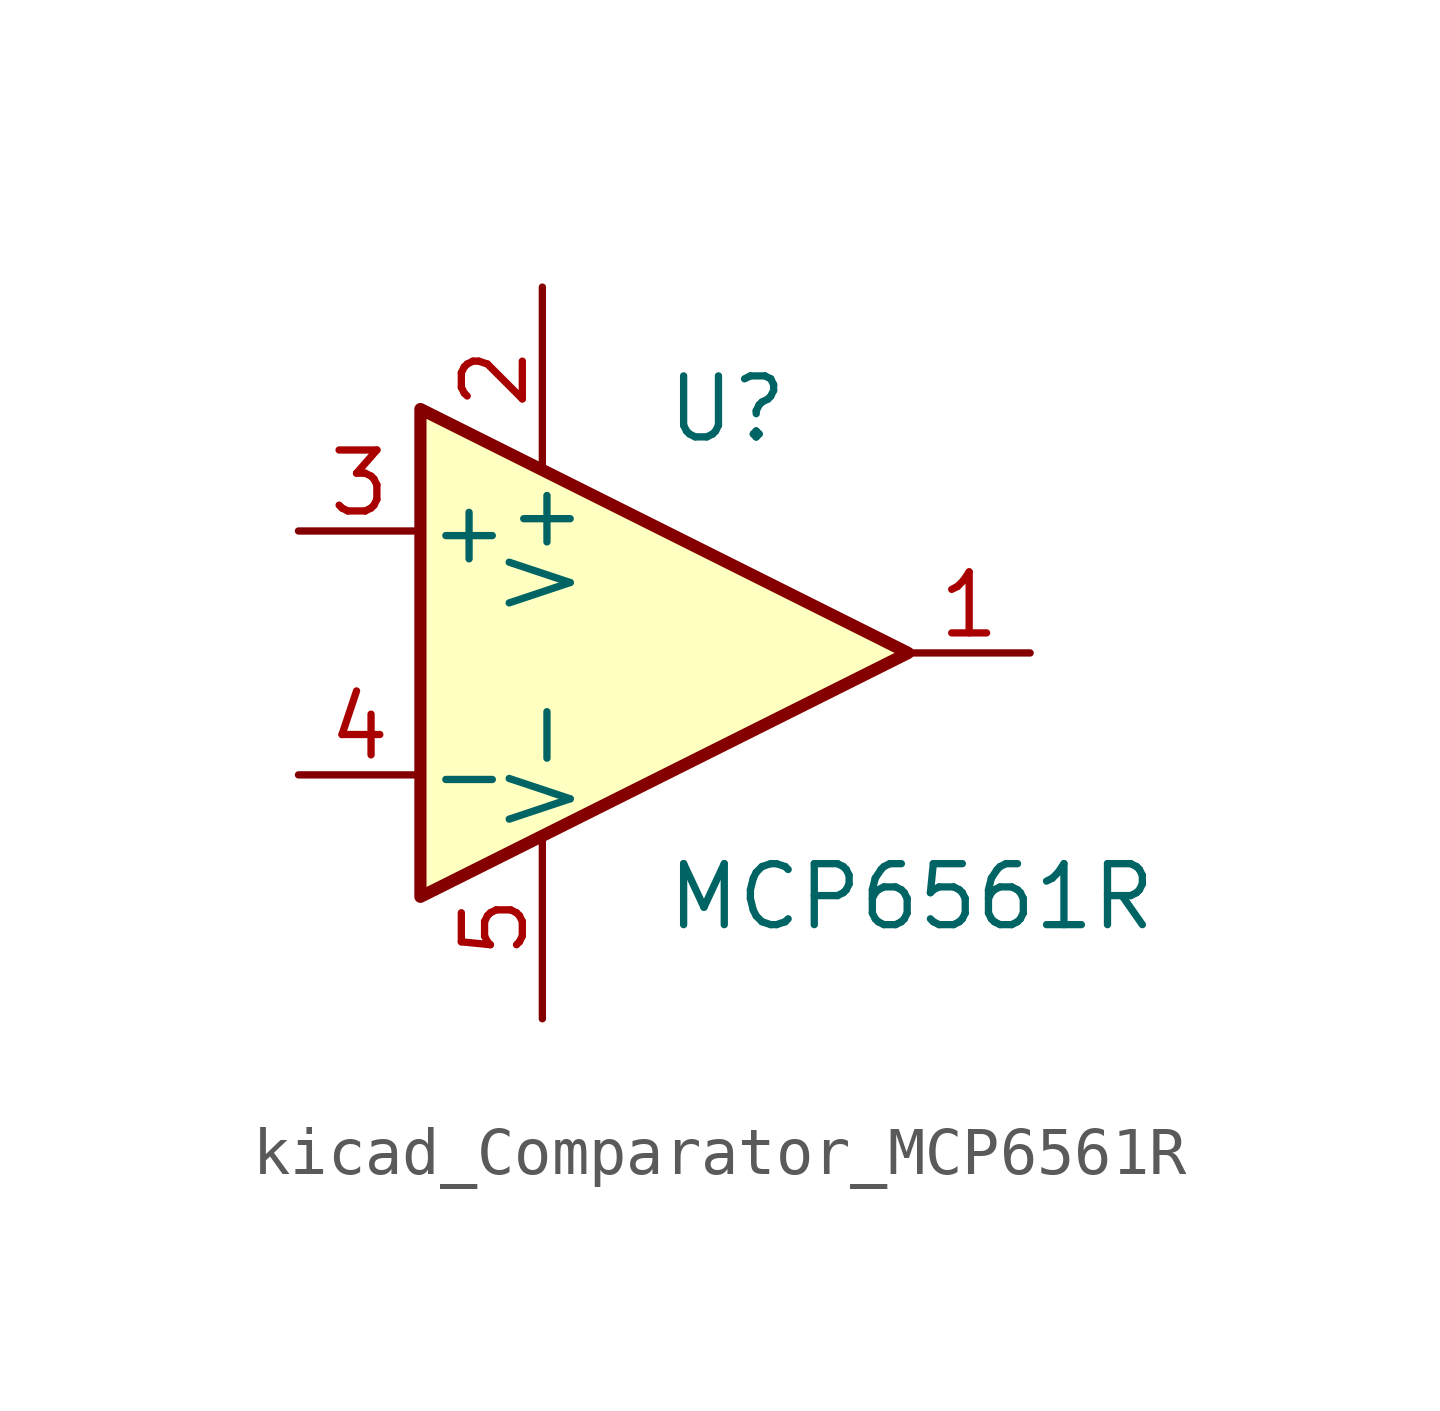
<source format=kicad_sym>
(kicad_symbol_lib
  (version 20220914)
  (generator kicad_symbol_editor)
  (symbol "kicad_Comparator_MCP6561R"
    (pin_names
      (offset 0.127))
    (property "Reference" "U"
      (at 0 5.08 0)
      (effects (font (size 1.27 1.27)) (justify left)))
    (property "Value" "MCP6561R"
      (at 0 -5.08 0)
      (effects (font (size 1.27 1.27)) (justify left)))
    (symbol "kicad_Comparator_MCP6561R_0_1"
      (polyline (pts (xy -5.08 5.08) (xy 5.08 0) (xy -5.08 -5.08) (xy -5.08 5.08)) (stroke (width 0.254) (type default)) (fill (type background)))
      (pin power_in line (at -2.54 7.62 270) (length 3.81) (name "V+" (effects (font (size 1.27 1.27)))) (number "2" (effects (font (size 1.27 1.27)))))
      (pin power_in line (at -2.54 -7.62 90) (length 3.81) (name "V-" (effects (font (size 1.27 1.27)))) (number "5" (effects (font (size 1.27 1.27))))))
    (symbol "kicad_Comparator_MCP6561R_1_1"
      (pin output line (at 7.62 0 180) (length 2.54) (name "~" (effects (font (size 1.27 1.27)))) (number "1" (effects (font (size 1.27 1.27)))))
      (pin input line (at -7.62 2.54 0) (length 2.54) (name "+" (effects (font (size 1.27 1.27)))) (number "3" (effects (font (size 1.27 1.27)))))
      (pin input line (at -7.62 -2.54 0) (length 2.54) (name "-" (effects (font (size 1.27 1.27)))) (number "4" (effects (font (size 1.27 1.27))))))))
</source>
